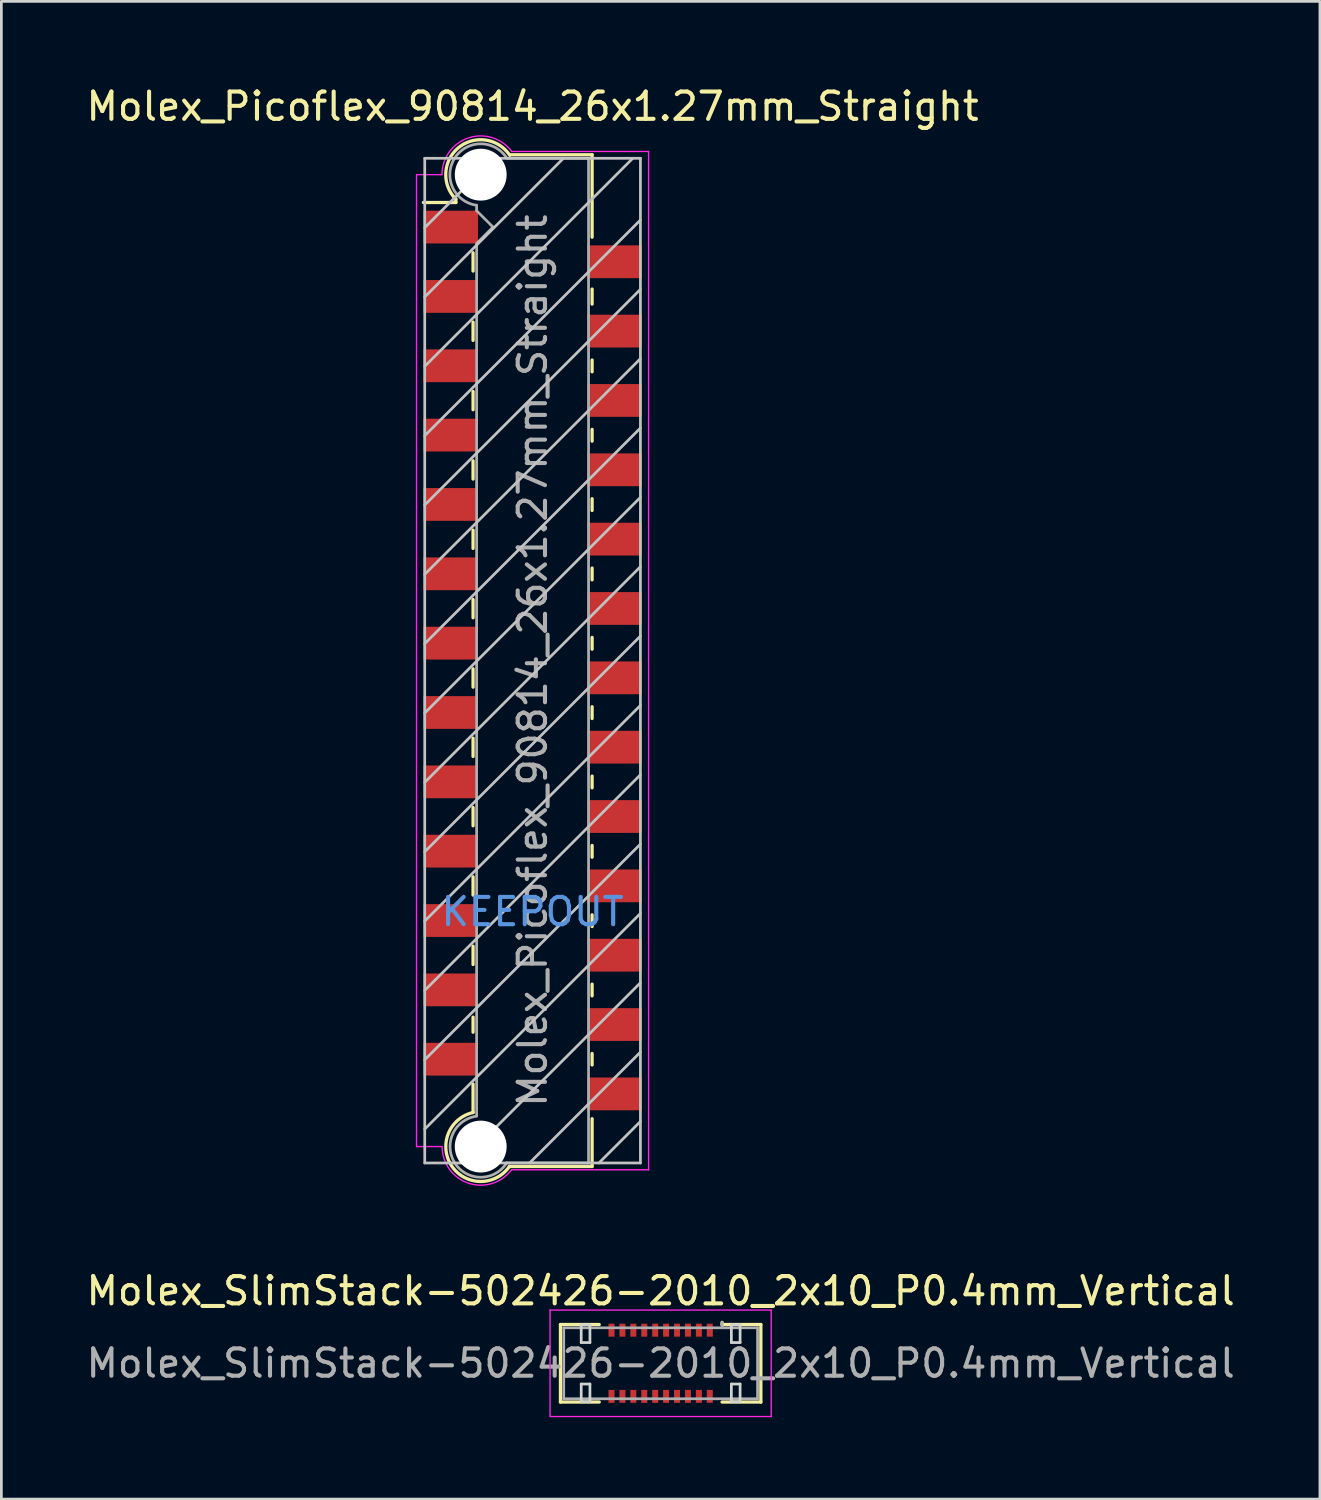
<source format=kicad_pcb>
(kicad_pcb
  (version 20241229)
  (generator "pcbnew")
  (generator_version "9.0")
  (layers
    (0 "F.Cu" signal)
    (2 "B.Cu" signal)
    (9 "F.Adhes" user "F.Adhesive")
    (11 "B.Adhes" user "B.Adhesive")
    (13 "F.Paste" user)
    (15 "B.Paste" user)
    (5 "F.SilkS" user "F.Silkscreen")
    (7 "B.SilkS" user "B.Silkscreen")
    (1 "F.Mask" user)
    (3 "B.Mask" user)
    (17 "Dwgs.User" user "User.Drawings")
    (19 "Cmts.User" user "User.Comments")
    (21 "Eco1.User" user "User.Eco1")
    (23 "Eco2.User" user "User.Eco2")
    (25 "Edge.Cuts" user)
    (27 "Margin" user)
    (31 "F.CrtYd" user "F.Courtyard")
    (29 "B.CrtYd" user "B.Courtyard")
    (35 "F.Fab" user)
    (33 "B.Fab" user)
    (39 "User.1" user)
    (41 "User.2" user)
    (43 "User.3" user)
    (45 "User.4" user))
  (footprint "Molex_Picoflex_90814_26x1.27mm_Straight"
    (layer "F.Cu")
    (at 16.458 21.148)
    (property "Reference" "Molex_Picoflex_90814_26x1.27mm_Straight" (at 0 -20.3 0) (layer "F.SilkS") (effects (font (size 1 1) (thickness 0.15))))
    (attr smd)
    (fp_line (start -2.81 -16.9) (end -2.81 -16.78) (stroke (width 0.12) (type solid)) (layer "F.SilkS"))
    (fp_line (start -2.81 -16.78) (end -4 -16.78) (stroke (width 0.12) (type solid)) (layer "F.SilkS"))
    (fp_line (start -2.18 -14.27) (end -2.18 -14.94) (stroke (width 0.12) (type solid)) (layer "F.SilkS"))
    (fp_line (start -2.18 -11.73) (end -2.18 -12.4) (stroke (width 0.12) (type solid)) (layer "F.SilkS"))
    (fp_line (start -2.18 -9.19) (end -2.18 -9.86) (stroke (width 0.12) (type solid)) (layer "F.SilkS"))
    (fp_line (start -2.18 -6.65) (end -2.18 -7.32) (stroke (width 0.12) (type solid)) (layer "F.SilkS"))
    (fp_line (start -2.18 -4.11) (end -2.18 -4.78) (stroke (width 0.12) (type solid)) (layer "F.SilkS"))
    (fp_line (start -2.18 -1.57) (end -2.18 -2.24) (stroke (width 0.12) (type solid)) (layer "F.SilkS"))
    (fp_line (start -2.18 0.97) (end -2.18 0.3) (stroke (width 0.12) (type solid)) (layer "F.SilkS"))
    (fp_line (start -2.18 3.51) (end -2.18 2.84) (stroke (width 0.12) (type solid)) (layer "F.SilkS"))
    (fp_line (start -2.18 6.05) (end -2.18 5.38) (stroke (width 0.12) (type solid)) (layer "F.SilkS"))
    (fp_line (start -2.18 8.59) (end -2.18 7.92) (stroke (width 0.12) (type solid)) (layer "F.SilkS"))
    (fp_line (start -2.18 11.13) (end -2.18 10.46) (stroke (width 0.12) (type solid)) (layer "F.SilkS"))
    (fp_line (start -2.18 13.61) (end -2.18 13.06) (stroke (width 0.12) (type solid)) (layer "F.SilkS"))
    (fp_line (start -2.18 16.55) (end -2.18 15.51) (stroke (width 0.12) (type solid)) (layer "F.SilkS"))
    (fp_line (start 2.18 -18.53) (end -0.82 -18.53) (stroke (width 0.12) (type solid)) (layer "F.SilkS"))
    (fp_line (start 2.18 -18.53) (end 2.18 -15.51) (stroke (width 0.12) (type solid)) (layer "F.SilkS"))
    (fp_line (start 2.18 -13.61) (end 2.18 -13.06) (stroke (width 0.12) (type solid)) (layer "F.SilkS"))
    (fp_line (start 2.18 -11.01) (end 2.18 -10.58) (stroke (width 0.12) (type solid)) (layer "F.SilkS"))
    (fp_line (start 2.18 -8.47) (end 2.18 -8.04) (stroke (width 0.12) (type solid)) (layer "F.SilkS"))
    (fp_line (start 2.18 -5.93) (end 2.18 -5.5) (stroke (width 0.12) (type solid)) (layer "F.SilkS"))
    (fp_line (start 2.18 -3.39) (end 2.18 -2.96) (stroke (width 0.12) (type solid)) (layer "F.SilkS"))
    (fp_line (start 2.18 -0.85) (end 2.18 -0.42) (stroke (width 0.12) (type solid)) (layer "F.SilkS"))
    (fp_line (start 2.18 1.69) (end 2.18 2.12) (stroke (width 0.12) (type solid)) (layer "F.SilkS"))
    (fp_line (start 2.18 4.23) (end 2.18 4.66) (stroke (width 0.12) (type solid)) (layer "F.SilkS"))
    (fp_line (start 2.18 6.77) (end 2.18 7.2) (stroke (width 0.12) (type solid)) (layer "F.SilkS"))
    (fp_line (start 2.18 9.31) (end 2.18 9.74) (stroke (width 0.12) (type solid)) (layer "F.SilkS"))
    (fp_line (start 2.18 11.85) (end 2.18 12.28) (stroke (width 0.12) (type solid)) (layer "F.SilkS"))
    (fp_line (start 2.18 14.39) (end 2.18 14.81) (stroke (width 0.12) (type solid)) (layer "F.SilkS"))
    (fp_line (start 2.18 16.78) (end 2.18 18.53) (stroke (width 0.12) (type solid)) (layer "F.SilkS"))
    (fp_line (start 2.18 18.53) (end -0.85 18.53) (stroke (width 0.12) (type solid)) (layer "F.SilkS"))
    (fp_arc (start -2.81 -16.9) (mid -2.708637 -18.792072) (end -0.834991 -18.509828) (stroke (width 0.12) (type solid)) (layer "F.SilkS"))
    (fp_arc (start -0.85 18.53) (mid -2.962791 18.511248) (end -2.174424 16.550964) (stroke (width 0.12) (type solid)) (layer "F.SilkS"))
    (fp_line (start -3.95 -18.4) (end -3.95 18.4) (stroke (width 0.1) (type solid)) (layer "Dwgs.User"))
    (fp_line (start -3.95 -15.86) (end -1.41 -18.4) (stroke (width 0.1) (type solid)) (layer "Dwgs.User"))
    (fp_line (start -3.95 -13.32) (end 1.13 -18.4) (stroke (width 0.1) (type solid)) (layer "Dwgs.User"))
    (fp_line (start -3.95 -10.78) (end 3.67 -18.4) (stroke (width 0.1) (type solid)) (layer "Dwgs.User"))
    (fp_line (start -3.95 -8.24) (end 3.95 -16.14) (stroke (width 0.1) (type solid)) (layer "Dwgs.User"))
    (fp_line (start -3.95 -5.7) (end 3.95 -13.6) (stroke (width 0.1) (type solid)) (layer "Dwgs.User"))
    (fp_line (start -3.95 -3.16) (end 3.95 -11.06) (stroke (width 0.1) (type solid)) (layer "Dwgs.User"))
    (fp_line (start -3.95 -0.62) (end 3.95 -8.52) (stroke (width 0.1) (type solid)) (layer "Dwgs.User"))
    (fp_line (start -3.95 1.92) (end 3.95 -5.98) (stroke (width 0.1) (type solid)) (layer "Dwgs.User"))
    (fp_line (start -3.95 4.46) (end 3.95 -3.44) (stroke (width 0.1) (type solid)) (layer "Dwgs.User"))
    (fp_line (start -3.95 7) (end 3.95 -0.9) (stroke (width 0.1) (type solid)) (layer "Dwgs.User"))
    (fp_line (start -3.95 9.54) (end 3.95 1.64) (stroke (width 0.1) (type solid)) (layer "Dwgs.User"))
    (fp_line (start -3.95 12.08) (end 3.95 4.18) (stroke (width 0.1) (type solid)) (layer "Dwgs.User"))
    (fp_line (start -3.95 14.62) (end 3.95 6.72) (stroke (width 0.1) (type solid)) (layer "Dwgs.User"))
    (fp_line (start -3.95 17.16) (end 3.95 9.26) (stroke (width 0.1) (type solid)) (layer "Dwgs.User"))
    (fp_line (start -3.95 18.4) (end 3.95 18.4) (stroke (width 0.1) (type solid)) (layer "Dwgs.User"))
    (fp_line (start -2.65 18.4) (end 3.95 11.8) (stroke (width 0.1) (type solid)) (layer "Dwgs.User"))
    (fp_line (start -0.11 18.4) (end 3.95 14.34) (stroke (width 0.1) (type solid)) (layer "Dwgs.User"))
    (fp_line (start 2.43 18.4) (end 3.95 16.88) (stroke (width 0.1) (type solid)) (layer "Dwgs.User"))
    (fp_line (start 3.95 -18.4) (end -3.95 -18.4) (stroke (width 0.1) (type solid)) (layer "Dwgs.User"))
    (fp_line (start 3.95 18.4) (end 3.95 -18.4) (stroke (width 0.1) (type solid)) (layer "Dwgs.User"))
    (fp_line (start -4.25 17.8) (end -4.25 -17.8) (stroke (width 0.05) (type solid)) (layer "F.CrtYd"))
    (fp_line (start -3.32 -17.8) (end -4.25 -17.8) (stroke (width 0.05) (type solid)) (layer "F.CrtYd"))
    (fp_line (start -3.32 17.8) (end -4.25 17.8) (stroke (width 0.05) (type solid)) (layer "F.CrtYd"))
    (fp_line (start 4.25 -18.65) (end -0.76 -18.65) (stroke (width 0.05) (type solid)) (layer "F.CrtYd"))
    (fp_line (start 4.25 -18.65) (end 4.25 18.65) (stroke (width 0.05) (type solid)) (layer "F.CrtYd"))
    (fp_line (start 4.25 18.65) (end -0.77 18.65) (stroke (width 0.05) (type solid)) (layer "F.CrtYd"))
    (fp_arc (start -3.32 -17.8) (mid -2.344692 -19.148573) (end -0.758523 -18.644648) (stroke (width 0.05) (type solid)) (layer "F.CrtYd"))
    (fp_arc (start -0.77 18.65) (mid -2.348691 19.140924) (end -3.314001 17.798743) (stroke (width 0.05) (type solid)) (layer "F.CrtYd"))
    (fp_line (start -2.05 -16.48) (end -2.05 -16.68) (stroke (width 0.1) (type solid)) (layer "F.Fab"))
    (fp_line (start -2.05 -15.28) (end -1.45 -15.88) (stroke (width 0.1) (type solid)) (layer "F.Fab"))
    (fp_line (start -2.05 16.68) (end -2.05 -15.28) (stroke (width 0.1) (type solid)) (layer "F.Fab"))
    (fp_line (start -1.45 -15.88) (end -2.05 -16.48) (stroke (width 0.1) (type solid)) (layer "F.Fab"))
    (fp_line (start 2.05 -18.4) (end -0.93 -18.4) (stroke (width 0.1) (type solid)) (layer "F.Fab"))
    (fp_line (start 2.05 -18.4) (end 2.05 18.4) (stroke (width 0.1) (type solid)) (layer "F.Fab"))
    (fp_line (start 2.05 18.4) (end -0.95 18.4) (stroke (width 0.1) (type solid)) (layer "F.Fab"))
    (fp_arc (start -2.05 -16.68) (mid -2.851672 -18.409279) (end -0.945612 -18.405015) (stroke (width 0.1) (type solid)) (layer "F.Fab"))
    (fp_arc (start -0.95 18.4) (mid -2.845272 18.407422) (end -2.051022 16.686585) (stroke (width 0.1) (type solid)) (layer "F.Fab"))
    (fp_text user "KEEPOUT" (at 0 9.2 0) (layer "Cmts.User") (effects (font (size 1 1) (thickness 0.15))))
    (fp_text user "${REFERENCE}" (at 0 0 90) (layer "F.Fab") (effects (font (size 1 1) (thickness 0.15))))
    (pad "" np_thru_hole circle (at -1.9 -17.8) (size 1.9 1.9) (drill 1.9) (layers "*.Cu"))
    (pad "" np_thru_hole circle (at -1.9 17.8) (size 1.9 1.9) (drill 1.9) (layers "*.Cu"))
    (pad "1" smd rect (at -3 -15.88) (size 2 1.2) (layers "F.Cu" "F.Mask" "F.Paste"))
    (pad "2" smd rect (at 3 -14.61) (size 2 1.2) (layers "F.Cu" "F.Mask" "F.Paste"))
    (pad "3" smd rect (at -3 -13.34) (size 2 1.2) (layers "F.Cu" "F.Mask" "F.Paste"))
    (pad "4" smd rect (at 3 -12.07) (size 2 1.2) (layers "F.Cu" "F.Mask" "F.Paste"))
    (pad "5" smd rect (at -3 -10.8) (size 2 1.2) (layers "F.Cu" "F.Mask" "F.Paste"))
    (pad "6" smd rect (at 3 -9.53) (size 2 1.2) (layers "F.Cu" "F.Mask" "F.Paste"))
    (pad "7" smd rect (at -3 -8.26) (size 2 1.2) (layers "F.Cu" "F.Mask" "F.Paste"))
    (pad "8" smd rect (at 3 -6.99) (size 2 1.2) (layers "F.Cu" "F.Mask" "F.Paste"))
    (pad "9" smd rect (at -3 -5.72) (size 2 1.2) (layers "F.Cu" "F.Mask" "F.Paste"))
    (pad "10" smd rect (at 3 -4.45) (size 2 1.2) (layers "F.Cu" "F.Mask" "F.Paste"))
    (pad "11" smd rect (at -3 -3.18) (size 2 1.2) (layers "F.Cu" "F.Mask" "F.Paste"))
    (pad "12" smd rect (at 3 -1.91) (size 2 1.2) (layers "F.Cu" "F.Mask" "F.Paste"))
    (pad "13" smd rect (at -3 -0.64) (size 2 1.2) (layers "F.Cu" "F.Mask" "F.Paste"))
    (pad "14" smd rect (at 3 0.63) (size 2 1.2) (layers "F.Cu" "F.Mask" "F.Paste"))
    (pad "15" smd rect (at -3 1.9) (size 2 1.2) (layers "F.Cu" "F.Mask" "F.Paste"))
    (pad "16" smd rect (at 3 3.17) (size 2 1.2) (layers "F.Cu" "F.Mask" "F.Paste"))
    (pad "17" smd rect (at -3 4.44) (size 2 1.2) (layers "F.Cu" "F.Mask" "F.Paste"))
    (pad "18" smd rect (at 3 5.71) (size 2 1.2) (layers "F.Cu" "F.Mask" "F.Paste"))
    (pad "19" smd rect (at -3 6.98) (size 2 1.2) (layers "F.Cu" "F.Mask" "F.Paste"))
    (pad "20" smd rect (at 3 8.25) (size 2 1.2) (layers "F.Cu" "F.Mask" "F.Paste"))
    (pad "21" smd rect (at -3 9.52) (size 2 1.2) (layers "F.Cu" "F.Mask" "F.Paste"))
    (pad "22" smd rect (at 3 10.79) (size 2 1.2) (layers "F.Cu" "F.Mask" "F.Paste"))
    (pad "23" smd rect (at -3 12.06) (size 2 1.2) (layers "F.Cu" "F.Mask" "F.Paste"))
    (pad "24" smd rect (at 3 13.33) (size 2 1.2) (layers "F.Cu" "F.Mask" "F.Paste"))
    (pad "25" smd rect (at -3 14.6) (size 2 1.2) (layers "F.Cu" "F.Mask" "F.Paste"))
    (pad "26" smd rect (at 3 15.87) (size 2 1.2) (layers "F.Cu" "F.Mask" "F.Paste")))
  (footprint "Molex_SlimStack-502426-2010_2x10_P0.4mm_Vertical"
    (layer "F.Cu")
    (at 21.149 46.886)
    (property "Reference" "Molex_SlimStack-502426-2010_2x10_P0.4mm_Vertical" (at 0 -2.65 0) (layer "F.SilkS") (effects (font (size 1 1) (thickness 0.15))))
    (attr smd)
    (fp_line (start -3.67 -1.42) (end -2.25 -1.42) (stroke (width 0.12) (type solid)) (layer "F.SilkS"))
    (fp_line (start -3.67 1.42) (end -3.67 -1.42) (stroke (width 0.12) (type solid)) (layer "F.SilkS"))
    (fp_line (start -2.25 1.42) (end -3.67 1.42) (stroke (width 0.12) (type solid)) (layer "F.SilkS"))
    (fp_line (start 2.25 -1.42) (end 2.25 -1.5) (stroke (width 0.12) (type solid)) (layer "F.SilkS"))
    (fp_line (start 2.25 1.42) (end 3.67 1.42) (stroke (width 0.12) (type solid)) (layer "F.SilkS"))
    (fp_line (start 3.67 -1.42) (end 2.25 -1.42) (stroke (width 0.12) (type solid)) (layer "F.SilkS"))
    (fp_line (start 3.67 1.42) (end 3.67 -1.42) (stroke (width 0.12) (type solid)) (layer "F.SilkS"))
    (fp_line (start -2.91 -1.41) (end -2.91 -0.76) (stroke (width 0.1) (type solid)) (layer "Edge.Cuts"))
    (fp_line (start -2.91 -0.76) (end -2.59 -0.76) (stroke (width 0.1) (type solid)) (layer "Edge.Cuts"))
    (fp_line (start -2.91 0.76) (end -2.91 1.41) (stroke (width 0.1) (type solid)) (layer "Edge.Cuts"))
    (fp_line (start -2.91 1.41) (end -2.59 1.41) (stroke (width 0.1) (type solid)) (layer "Edge.Cuts"))
    (fp_line (start -2.59 -1.41) (end -2.91 -1.41) (stroke (width 0.1) (type solid)) (layer "Edge.Cuts"))
    (fp_line (start -2.59 -0.76) (end -2.59 -1.41) (stroke (width 0.1) (type solid)) (layer "Edge.Cuts"))
    (fp_line (start -2.59 0.76) (end -2.91 0.76) (stroke (width 0.1) (type solid)) (layer "Edge.Cuts"))
    (fp_line (start -2.59 1.41) (end -2.59 0.76) (stroke (width 0.1) (type solid)) (layer "Edge.Cuts"))
    (fp_line (start 2.59 -1.41) (end 2.59 -0.76) (stroke (width 0.1) (type solid)) (layer "Edge.Cuts"))
    (fp_line (start 2.59 -0.76) (end 2.91 -0.76) (stroke (width 0.1) (type solid)) (layer "Edge.Cuts"))
    (fp_line (start 2.59 0.76) (end 2.59 1.41) (stroke (width 0.1) (type solid)) (layer "Edge.Cuts"))
    (fp_line (start 2.59 1.41) (end 2.91 1.41) (stroke (width 0.1) (type solid)) (layer "Edge.Cuts"))
    (fp_line (start 2.91 -1.41) (end 2.59 -1.41) (stroke (width 0.1) (type solid)) (layer "Edge.Cuts"))
    (fp_line (start 2.91 -0.76) (end 2.91 -1.41) (stroke (width 0.1) (type solid)) (layer "Edge.Cuts"))
    (fp_line (start 2.91 0.76) (end 2.59 0.76) (stroke (width 0.1) (type solid)) (layer "Edge.Cuts"))
    (fp_line (start 2.91 1.41) (end 2.91 0.76) (stroke (width 0.1) (type solid)) (layer "Edge.Cuts"))
    (fp_line (start -4.05 -1.95) (end -4.05 1.95) (stroke (width 0.05) (type solid)) (layer "F.CrtYd"))
    (fp_line (start -4.05 1.95) (end 4.05 1.95) (stroke (width 0.05) (type solid)) (layer "F.CrtYd"))
    (fp_line (start 4.05 -1.95) (end -4.05 -1.95) (stroke (width 0.05) (type solid)) (layer "F.CrtYd"))
    (fp_line (start 4.05 1.95) (end 4.05 -1.95) (stroke (width 0.05) (type solid)) (layer "F.CrtYd"))
    (fp_line (start -3.55 -1.3) (end -3.55 1.3) (stroke (width 0.1) (type solid)) (layer "F.Fab"))
    (fp_line (start -3.55 1.3) (end 3.55 1.3) (stroke (width 0.1) (type solid)) (layer "F.Fab"))
    (fp_line (start 2.25 -1.3) (end 2.25 -1.5) (stroke (width 0.1) (type solid)) (layer "F.Fab"))
    (fp_line (start 3.55 -1.3) (end -3.55 -1.3) (stroke (width 0.1) (type solid)) (layer "F.Fab"))
    (fp_line (start 3.55 1.3) (end 3.55 -1.3) (stroke (width 0.1) (type solid)) (layer "F.Fab"))
    (fp_text user "${REFERENCE}" (at 0 0 0) (layer "F.Fab") (effects (font (size 1 1) (thickness 0.15))))
    (pad "1" smd rect (at 1.8 -1.212) (size 0.22 0.475) (layers "F.Cu" "F.Mask" "F.Paste"))
    (pad "2" smd rect (at 1.8 1.212) (size 0.22 0.475) (layers "F.Cu" "F.Mask" "F.Paste"))
    (pad "3" smd rect (at 1.4 -1.212) (size 0.22 0.475) (layers "F.Cu" "F.Mask" "F.Paste"))
    (pad "4" smd rect (at 1.4 1.212) (size 0.22 0.475) (layers "F.Cu" "F.Mask" "F.Paste"))
    (pad "5" smd rect (at 1 -1.212) (size 0.22 0.475) (layers "F.Cu" "F.Mask" "F.Paste"))
    (pad "6" smd rect (at 1 1.212) (size 0.22 0.475) (layers "F.Cu" "F.Mask" "F.Paste"))
    (pad "7" smd rect (at 0.6 -1.212) (size 0.22 0.475) (layers "F.Cu" "F.Mask" "F.Paste"))
    (pad "8" smd rect (at 0.6 1.212) (size 0.22 0.475) (layers "F.Cu" "F.Mask" "F.Paste"))
    (pad "9" smd rect (at 0.2 -1.212) (size 0.22 0.475) (layers "F.Cu" "F.Mask" "F.Paste"))
    (pad "10" smd rect (at 0.2 1.212) (size 0.22 0.475) (layers "F.Cu" "F.Mask" "F.Paste"))
    (pad "11" smd rect (at -0.2 -1.212) (size 0.22 0.475) (layers "F.Cu" "F.Mask" "F.Paste"))
    (pad "12" smd rect (at -0.2 1.212) (size 0.22 0.475) (layers "F.Cu" "F.Mask" "F.Paste"))
    (pad "13" smd rect (at -0.6 -1.212) (size 0.22 0.475) (layers "F.Cu" "F.Mask" "F.Paste"))
    (pad "14" smd rect (at -0.6 1.212) (size 0.22 0.475) (layers "F.Cu" "F.Mask" "F.Paste"))
    (pad "15" smd rect (at -1 -1.212) (size 0.22 0.475) (layers "F.Cu" "F.Mask" "F.Paste"))
    (pad "16" smd rect (at -1 1.212) (size 0.22 0.475) (layers "F.Cu" "F.Mask" "F.Paste"))
    (pad "17" smd rect (at -1.4 -1.212) (size 0.22 0.475) (layers "F.Cu" "F.Mask" "F.Paste"))
    (pad "18" smd rect (at -1.4 1.212) (size 0.22 0.475) (layers "F.Cu" "F.Mask" "F.Paste"))
    (pad "19" smd rect (at -1.8 -1.212) (size 0.22 0.475) (layers "F.Cu" "F.Mask" "F.Paste"))
    (pad "20" smd rect (at -1.8 1.212) (size 0.22 0.475) (layers "F.Cu" "F.Mask" "F.Paste")))
  (gr_rect
    (start -3 -3)
    (end 45.298 51.861)
    (stroke (width 0.1) (type default))
    (fill no)
    (layer "Edge.Cuts")))
</source>
